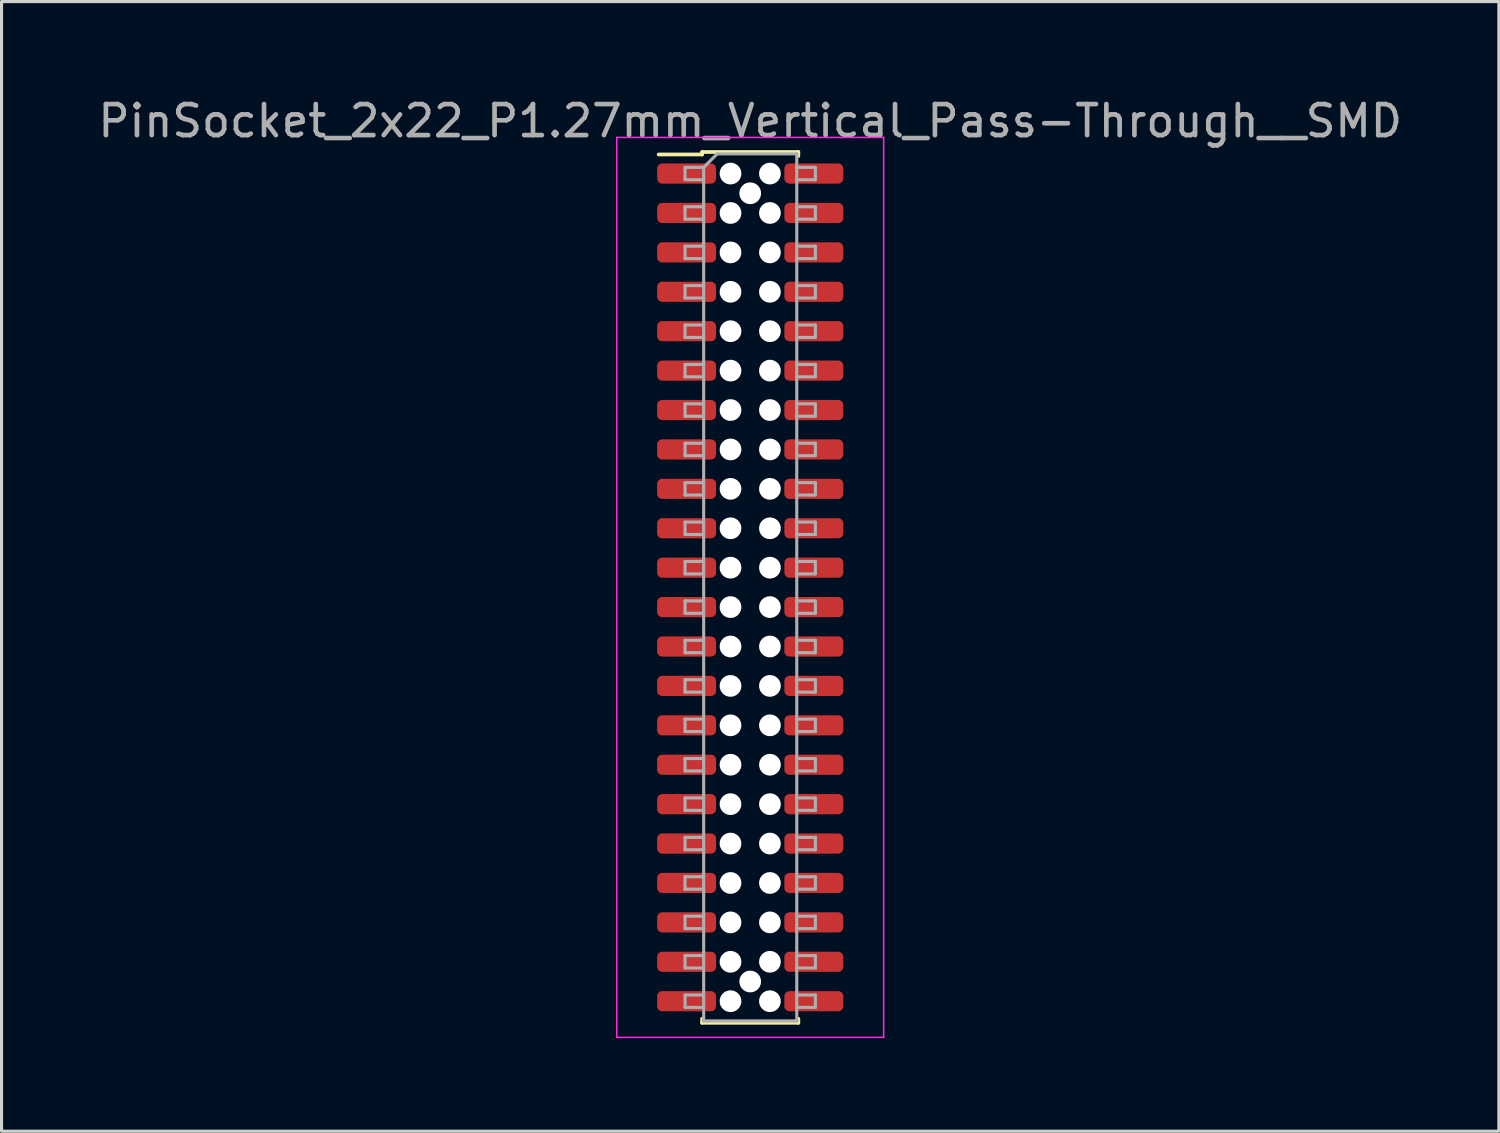
<source format=kicad_pcb>
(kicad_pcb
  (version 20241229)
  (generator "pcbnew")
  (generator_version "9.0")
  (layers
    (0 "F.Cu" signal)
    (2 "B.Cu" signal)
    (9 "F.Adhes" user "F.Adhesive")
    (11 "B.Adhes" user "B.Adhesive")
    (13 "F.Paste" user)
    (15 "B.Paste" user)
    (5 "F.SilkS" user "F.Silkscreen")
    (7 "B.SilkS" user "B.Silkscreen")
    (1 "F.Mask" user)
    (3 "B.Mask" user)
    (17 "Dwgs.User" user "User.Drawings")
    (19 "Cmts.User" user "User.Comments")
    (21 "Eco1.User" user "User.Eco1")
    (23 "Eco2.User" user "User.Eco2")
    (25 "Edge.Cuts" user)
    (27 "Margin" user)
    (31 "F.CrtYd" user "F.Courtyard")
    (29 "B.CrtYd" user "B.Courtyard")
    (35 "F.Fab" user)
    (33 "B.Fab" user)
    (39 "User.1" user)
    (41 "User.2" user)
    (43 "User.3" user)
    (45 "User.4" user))
  (footprint "PinSocket_2x22_P1.27mm_Vertical_Pass-Through__SMD"
    (layer "F.Cu")
    (at 21.125 15.878)
    (property "Reference" "PinSocket_2x22_P1.27mm_Vertical_Pass-Through__SMD" (at 0 -15.03 0) (layer "F.Fab") (effects (font (size 1 1) (thickness 0.15))))
    (attr smd)
    (fp_line (start -2.95 -13.95) (end -1.55 -13.95) (stroke (width 0.12) (type solid)) (layer "F.SilkS"))
    (fp_line (start -1.55 -14.03) (end -1.55 -13.95) (stroke (width 0.12) (type solid)) (layer "F.SilkS"))
    (fp_line (start -1.55 -14.03) (end 1.55 -14.03) (stroke (width 0.12) (type solid)) (layer "F.SilkS"))
    (fp_line (start -1.55 13.9) (end -1.55 14.03) (stroke (width 0.12) (type solid)) (layer "F.SilkS"))
    (fp_line (start -1.55 14.03) (end 1.55 14.03) (stroke (width 0.12) (type solid)) (layer "F.SilkS"))
    (fp_line (start 1.55 -14.03) (end 1.55 -13.9) (stroke (width 0.12) (type solid)) (layer "F.SilkS"))
    (fp_line (start 1.55 13.9) (end 1.55 14.03) (stroke (width 0.12) (type solid)) (layer "F.SilkS"))
    (fp_line (start -4.3 -14.5) (end -4.3 14.5) (stroke (width 0.05) (type solid)) (layer "F.CrtYd"))
    (fp_line (start -4.3 14.5) (end 4.3 14.5) (stroke (width 0.05) (type solid)) (layer "F.CrtYd"))
    (fp_line (start 4.3 -14.5) (end -4.3 -14.5) (stroke (width 0.05) (type solid)) (layer "F.CrtYd"))
    (fp_line (start 4.3 14.5) (end 4.3 -14.5) (stroke (width 0.05) (type solid)) (layer "F.CrtYd"))
    (fp_line (start -2.1 -13.535) (end -2.1 -13.135) (stroke (width 0.1) (type solid)) (layer "F.Fab"))
    (fp_line (start -2.1 -13.135) (end -1.5 -13.135) (stroke (width 0.1) (type solid)) (layer "F.Fab"))
    (fp_line (start -2.1 -12.265) (end -2.1 -11.865) (stroke (width 0.1) (type solid)) (layer "F.Fab"))
    (fp_line (start -2.1 -11.865) (end -1.5 -11.865) (stroke (width 0.1) (type solid)) (layer "F.Fab"))
    (fp_line (start -2.1 -10.995) (end -2.1 -10.595) (stroke (width 0.1) (type solid)) (layer "F.Fab"))
    (fp_line (start -2.1 -10.595) (end -1.5 -10.595) (stroke (width 0.1) (type solid)) (layer "F.Fab"))
    (fp_line (start -2.1 -9.725) (end -2.1 -9.325) (stroke (width 0.1) (type solid)) (layer "F.Fab"))
    (fp_line (start -2.1 -9.325) (end -1.5 -9.325) (stroke (width 0.1) (type solid)) (layer "F.Fab"))
    (fp_line (start -2.1 -8.455) (end -2.1 -8.055) (stroke (width 0.1) (type solid)) (layer "F.Fab"))
    (fp_line (start -2.1 -8.055) (end -1.5 -8.055) (stroke (width 0.1) (type solid)) (layer "F.Fab"))
    (fp_line (start -2.1 -7.185) (end -2.1 -6.785) (stroke (width 0.1) (type solid)) (layer "F.Fab"))
    (fp_line (start -2.1 -6.785) (end -1.5 -6.785) (stroke (width 0.1) (type solid)) (layer "F.Fab"))
    (fp_line (start -2.1 -5.915) (end -2.1 -5.515) (stroke (width 0.1) (type solid)) (layer "F.Fab"))
    (fp_line (start -2.1 -5.515) (end -1.5 -5.515) (stroke (width 0.1) (type solid)) (layer "F.Fab"))
    (fp_line (start -2.1 -4.645) (end -2.1 -4.245) (stroke (width 0.1) (type solid)) (layer "F.Fab"))
    (fp_line (start -2.1 -4.245) (end -1.5 -4.245) (stroke (width 0.1) (type solid)) (layer "F.Fab"))
    (fp_line (start -2.1 -3.375) (end -2.1 -2.975) (stroke (width 0.1) (type solid)) (layer "F.Fab"))
    (fp_line (start -2.1 -2.975) (end -1.5 -2.975) (stroke (width 0.1) (type solid)) (layer "F.Fab"))
    (fp_line (start -2.1 -2.105) (end -2.1 -1.705) (stroke (width 0.1) (type solid)) (layer "F.Fab"))
    (fp_line (start -2.1 -1.705) (end -1.5 -1.705) (stroke (width 0.1) (type solid)) (layer "F.Fab"))
    (fp_line (start -2.1 -0.835) (end -2.1 -0.435) (stroke (width 0.1) (type solid)) (layer "F.Fab"))
    (fp_line (start -2.1 -0.435) (end -1.5 -0.435) (stroke (width 0.1) (type solid)) (layer "F.Fab"))
    (fp_line (start -2.1 0.435) (end -2.1 0.835) (stroke (width 0.1) (type solid)) (layer "F.Fab"))
    (fp_line (start -2.1 0.835) (end -1.5 0.835) (stroke (width 0.1) (type solid)) (layer "F.Fab"))
    (fp_line (start -2.1 1.705) (end -2.1 2.105) (stroke (width 0.1) (type solid)) (layer "F.Fab"))
    (fp_line (start -2.1 2.105) (end -1.5 2.105) (stroke (width 0.1) (type solid)) (layer "F.Fab"))
    (fp_line (start -2.1 2.975) (end -2.1 3.375) (stroke (width 0.1) (type solid)) (layer "F.Fab"))
    (fp_line (start -2.1 3.375) (end -1.5 3.375) (stroke (width 0.1) (type solid)) (layer "F.Fab"))
    (fp_line (start -2.1 4.245) (end -2.1 4.645) (stroke (width 0.1) (type solid)) (layer "F.Fab"))
    (fp_line (start -2.1 4.645) (end -1.5 4.645) (stroke (width 0.1) (type solid)) (layer "F.Fab"))
    (fp_line (start -2.1 5.515) (end -2.1 5.915) (stroke (width 0.1) (type solid)) (layer "F.Fab"))
    (fp_line (start -2.1 5.915) (end -1.5 5.915) (stroke (width 0.1) (type solid)) (layer "F.Fab"))
    (fp_line (start -2.1 6.785) (end -2.1 7.185) (stroke (width 0.1) (type solid)) (layer "F.Fab"))
    (fp_line (start -2.1 7.185) (end -1.5 7.185) (stroke (width 0.1) (type solid)) (layer "F.Fab"))
    (fp_line (start -2.1 8.055) (end -2.1 8.455) (stroke (width 0.1) (type solid)) (layer "F.Fab"))
    (fp_line (start -2.1 8.455) (end -1.5 8.455) (stroke (width 0.1) (type solid)) (layer "F.Fab"))
    (fp_line (start -2.1 9.325) (end -2.1 9.725) (stroke (width 0.1) (type solid)) (layer "F.Fab"))
    (fp_line (start -2.1 9.725) (end -1.5 9.725) (stroke (width 0.1) (type solid)) (layer "F.Fab"))
    (fp_line (start -2.1 10.595) (end -2.1 10.995) (stroke (width 0.1) (type solid)) (layer "F.Fab"))
    (fp_line (start -2.1 10.995) (end -1.5 10.995) (stroke (width 0.1) (type solid)) (layer "F.Fab"))
    (fp_line (start -2.1 11.865) (end -2.1 12.265) (stroke (width 0.1) (type solid)) (layer "F.Fab"))
    (fp_line (start -2.1 12.265) (end -1.5 12.265) (stroke (width 0.1) (type solid)) (layer "F.Fab"))
    (fp_line (start -2.1 13.135) (end -2.1 13.535) (stroke (width 0.1) (type solid)) (layer "F.Fab"))
    (fp_line (start -2.1 13.535) (end -1.5 13.535) (stroke (width 0.1) (type solid)) (layer "F.Fab"))
    (fp_line (start -1.5 -13.535) (end -2.1 -13.535) (stroke (width 0.1) (type solid)) (layer "F.Fab"))
    (fp_line (start -1.5 -13.535) (end -1.065 -13.97) (stroke (width 0.1) (type solid)) (layer "F.Fab"))
    (fp_line (start -1.5 -12.265) (end -2.1 -12.265) (stroke (width 0.1) (type solid)) (layer "F.Fab"))
    (fp_line (start -1.5 -10.995) (end -2.1 -10.995) (stroke (width 0.1) (type solid)) (layer "F.Fab"))
    (fp_line (start -1.5 -9.725) (end -2.1 -9.725) (stroke (width 0.1) (type solid)) (layer "F.Fab"))
    (fp_line (start -1.5 -8.455) (end -2.1 -8.455) (stroke (width 0.1) (type solid)) (layer "F.Fab"))
    (fp_line (start -1.5 -7.185) (end -2.1 -7.185) (stroke (width 0.1) (type solid)) (layer "F.Fab"))
    (fp_line (start -1.5 -5.915) (end -2.1 -5.915) (stroke (width 0.1) (type solid)) (layer "F.Fab"))
    (fp_line (start -1.5 -4.645) (end -2.1 -4.645) (stroke (width 0.1) (type solid)) (layer "F.Fab"))
    (fp_line (start -1.5 -3.375) (end -2.1 -3.375) (stroke (width 0.1) (type solid)) (layer "F.Fab"))
    (fp_line (start -1.5 -2.105) (end -2.1 -2.105) (stroke (width 0.1) (type solid)) (layer "F.Fab"))
    (fp_line (start -1.5 -0.835) (end -2.1 -0.835) (stroke (width 0.1) (type solid)) (layer "F.Fab"))
    (fp_line (start -1.5 0.435) (end -2.1 0.435) (stroke (width 0.1) (type solid)) (layer "F.Fab"))
    (fp_line (start -1.5 1.705) (end -2.1 1.705) (stroke (width 0.1) (type solid)) (layer "F.Fab"))
    (fp_line (start -1.5 2.975) (end -2.1 2.975) (stroke (width 0.1) (type solid)) (layer "F.Fab"))
    (fp_line (start -1.5 4.245) (end -2.1 4.245) (stroke (width 0.1) (type solid)) (layer "F.Fab"))
    (fp_line (start -1.5 5.515) (end -2.1 5.515) (stroke (width 0.1) (type solid)) (layer "F.Fab"))
    (fp_line (start -1.5 6.785) (end -2.1 6.785) (stroke (width 0.1) (type solid)) (layer "F.Fab"))
    (fp_line (start -1.5 8.055) (end -2.1 8.055) (stroke (width 0.1) (type solid)) (layer "F.Fab"))
    (fp_line (start -1.5 9.325) (end -2.1 9.325) (stroke (width 0.1) (type solid)) (layer "F.Fab"))
    (fp_line (start -1.5 10.595) (end -2.1 10.595) (stroke (width 0.1) (type solid)) (layer "F.Fab"))
    (fp_line (start -1.5 11.865) (end -2.1 11.865) (stroke (width 0.1) (type solid)) (layer "F.Fab"))
    (fp_line (start -1.5 13.135) (end -2.1 13.135) (stroke (width 0.1) (type solid)) (layer "F.Fab"))
    (fp_line (start -1.5 13.97) (end -1.5 -13.535) (stroke (width 0.1) (type solid)) (layer "F.Fab"))
    (fp_line (start -1.065 -13.97) (end 1.5 -13.97) (stroke (width 0.1) (type solid)) (layer "F.Fab"))
    (fp_line (start 1.5 -13.97) (end 1.5 13.97) (stroke (width 0.1) (type solid)) (layer "F.Fab"))
    (fp_line (start 1.5 -13.535) (end 2.1 -13.535) (stroke (width 0.1) (type solid)) (layer "F.Fab"))
    (fp_line (start 1.5 -12.265) (end 2.1 -12.265) (stroke (width 0.1) (type solid)) (layer "F.Fab"))
    (fp_line (start 1.5 -10.995) (end 2.1 -10.995) (stroke (width 0.1) (type solid)) (layer "F.Fab"))
    (fp_line (start 1.5 -9.725) (end 2.1 -9.725) (stroke (width 0.1) (type solid)) (layer "F.Fab"))
    (fp_line (start 1.5 -8.455) (end 2.1 -8.455) (stroke (width 0.1) (type solid)) (layer "F.Fab"))
    (fp_line (start 1.5 -7.185) (end 2.1 -7.185) (stroke (width 0.1) (type solid)) (layer "F.Fab"))
    (fp_line (start 1.5 -5.915) (end 2.1 -5.915) (stroke (width 0.1) (type solid)) (layer "F.Fab"))
    (fp_line (start 1.5 -4.645) (end 2.1 -4.645) (stroke (width 0.1) (type solid)) (layer "F.Fab"))
    (fp_line (start 1.5 -3.375) (end 2.1 -3.375) (stroke (width 0.1) (type solid)) (layer "F.Fab"))
    (fp_line (start 1.5 -2.105) (end 2.1 -2.105) (stroke (width 0.1) (type solid)) (layer "F.Fab"))
    (fp_line (start 1.5 -0.835) (end 2.1 -0.835) (stroke (width 0.1) (type solid)) (layer "F.Fab"))
    (fp_line (start 1.5 0.435) (end 2.1 0.435) (stroke (width 0.1) (type solid)) (layer "F.Fab"))
    (fp_line (start 1.5 1.705) (end 2.1 1.705) (stroke (width 0.1) (type solid)) (layer "F.Fab"))
    (fp_line (start 1.5 2.975) (end 2.1 2.975) (stroke (width 0.1) (type solid)) (layer "F.Fab"))
    (fp_line (start 1.5 4.245) (end 2.1 4.245) (stroke (width 0.1) (type solid)) (layer "F.Fab"))
    (fp_line (start 1.5 5.515) (end 2.1 5.515) (stroke (width 0.1) (type solid)) (layer "F.Fab"))
    (fp_line (start 1.5 6.785) (end 2.1 6.785) (stroke (width 0.1) (type solid)) (layer "F.Fab"))
    (fp_line (start 1.5 8.055) (end 2.1 8.055) (stroke (width 0.1) (type solid)) (layer "F.Fab"))
    (fp_line (start 1.5 9.325) (end 2.1 9.325) (stroke (width 0.1) (type solid)) (layer "F.Fab"))
    (fp_line (start 1.5 10.595) (end 2.1 10.595) (stroke (width 0.1) (type solid)) (layer "F.Fab"))
    (fp_line (start 1.5 11.865) (end 2.1 11.865) (stroke (width 0.1) (type solid)) (layer "F.Fab"))
    (fp_line (start 1.5 13.135) (end 2.1 13.135) (stroke (width 0.1) (type solid)) (layer "F.Fab"))
    (fp_line (start 1.5 13.97) (end -1.5 13.97) (stroke (width 0.1) (type solid)) (layer "F.Fab"))
    (fp_line (start 2.1 -13.535) (end 2.1 -13.135) (stroke (width 0.1) (type solid)) (layer "F.Fab"))
    (fp_line (start 2.1 -13.135) (end 1.5 -13.135) (stroke (width 0.1) (type solid)) (layer "F.Fab"))
    (fp_line (start 2.1 -12.265) (end 2.1 -11.865) (stroke (width 0.1) (type solid)) (layer "F.Fab"))
    (fp_line (start 2.1 -11.865) (end 1.5 -11.865) (stroke (width 0.1) (type solid)) (layer "F.Fab"))
    (fp_line (start 2.1 -10.995) (end 2.1 -10.595) (stroke (width 0.1) (type solid)) (layer "F.Fab"))
    (fp_line (start 2.1 -10.595) (end 1.5 -10.595) (stroke (width 0.1) (type solid)) (layer "F.Fab"))
    (fp_line (start 2.1 -9.725) (end 2.1 -9.325) (stroke (width 0.1) (type solid)) (layer "F.Fab"))
    (fp_line (start 2.1 -9.325) (end 1.5 -9.325) (stroke (width 0.1) (type solid)) (layer "F.Fab"))
    (fp_line (start 2.1 -8.455) (end 2.1 -8.055) (stroke (width 0.1) (type solid)) (layer "F.Fab"))
    (fp_line (start 2.1 -8.055) (end 1.5 -8.055) (stroke (width 0.1) (type solid)) (layer "F.Fab"))
    (fp_line (start 2.1 -7.185) (end 2.1 -6.785) (stroke (width 0.1) (type solid)) (layer "F.Fab"))
    (fp_line (start 2.1 -6.785) (end 1.5 -6.785) (stroke (width 0.1) (type solid)) (layer "F.Fab"))
    (fp_line (start 2.1 -5.915) (end 2.1 -5.515) (stroke (width 0.1) (type solid)) (layer "F.Fab"))
    (fp_line (start 2.1 -5.515) (end 1.5 -5.515) (stroke (width 0.1) (type solid)) (layer "F.Fab"))
    (fp_line (start 2.1 -4.645) (end 2.1 -4.245) (stroke (width 0.1) (type solid)) (layer "F.Fab"))
    (fp_line (start 2.1 -4.245) (end 1.5 -4.245) (stroke (width 0.1) (type solid)) (layer "F.Fab"))
    (fp_line (start 2.1 -3.375) (end 2.1 -2.975) (stroke (width 0.1) (type solid)) (layer "F.Fab"))
    (fp_line (start 2.1 -2.975) (end 1.5 -2.975) (stroke (width 0.1) (type solid)) (layer "F.Fab"))
    (fp_line (start 2.1 -2.105) (end 2.1 -1.705) (stroke (width 0.1) (type solid)) (layer "F.Fab"))
    (fp_line (start 2.1 -1.705) (end 1.5 -1.705) (stroke (width 0.1) (type solid)) (layer "F.Fab"))
    (fp_line (start 2.1 -0.835) (end 2.1 -0.435) (stroke (width 0.1) (type solid)) (layer "F.Fab"))
    (fp_line (start 2.1 -0.435) (end 1.5 -0.435) (stroke (width 0.1) (type solid)) (layer "F.Fab"))
    (fp_line (start 2.1 0.435) (end 2.1 0.835) (stroke (width 0.1) (type solid)) (layer "F.Fab"))
    (fp_line (start 2.1 0.835) (end 1.5 0.835) (stroke (width 0.1) (type solid)) (layer "F.Fab"))
    (fp_line (start 2.1 1.705) (end 2.1 2.105) (stroke (width 0.1) (type solid)) (layer "F.Fab"))
    (fp_line (start 2.1 2.105) (end 1.5 2.105) (stroke (width 0.1) (type solid)) (layer "F.Fab"))
    (fp_line (start 2.1 2.975) (end 2.1 3.375) (stroke (width 0.1) (type solid)) (layer "F.Fab"))
    (fp_line (start 2.1 3.375) (end 1.5 3.375) (stroke (width 0.1) (type solid)) (layer "F.Fab"))
    (fp_line (start 2.1 4.245) (end 2.1 4.645) (stroke (width 0.1) (type solid)) (layer "F.Fab"))
    (fp_line (start 2.1 4.645) (end 1.5 4.645) (stroke (width 0.1) (type solid)) (layer "F.Fab"))
    (fp_line (start 2.1 5.515) (end 2.1 5.915) (stroke (width 0.1) (type solid)) (layer "F.Fab"))
    (fp_line (start 2.1 5.915) (end 1.5 5.915) (stroke (width 0.1) (type solid)) (layer "F.Fab"))
    (fp_line (start 2.1 6.785) (end 2.1 7.185) (stroke (width 0.1) (type solid)) (layer "F.Fab"))
    (fp_line (start 2.1 7.185) (end 1.5 7.185) (stroke (width 0.1) (type solid)) (layer "F.Fab"))
    (fp_line (start 2.1 8.055) (end 2.1 8.455) (stroke (width 0.1) (type solid)) (layer "F.Fab"))
    (fp_line (start 2.1 8.455) (end 1.5 8.455) (stroke (width 0.1) (type solid)) (layer "F.Fab"))
    (fp_line (start 2.1 9.325) (end 2.1 9.725) (stroke (width 0.1) (type solid)) (layer "F.Fab"))
    (fp_line (start 2.1 9.725) (end 1.5 9.725) (stroke (width 0.1) (type solid)) (layer "F.Fab"))
    (fp_line (start 2.1 10.595) (end 2.1 10.995) (stroke (width 0.1) (type solid)) (layer "F.Fab"))
    (fp_line (start 2.1 10.995) (end 1.5 10.995) (stroke (width 0.1) (type solid)) (layer "F.Fab"))
    (fp_line (start 2.1 11.865) (end 2.1 12.265) (stroke (width 0.1) (type solid)) (layer "F.Fab"))
    (fp_line (start 2.1 12.265) (end 1.5 12.265) (stroke (width 0.1) (type solid)) (layer "F.Fab"))
    (fp_line (start 2.1 13.135) (end 2.1 13.535) (stroke (width 0.1) (type solid)) (layer "F.Fab"))
    (fp_line (start 2.1 13.535) (end 1.5 13.535) (stroke (width 0.1) (type solid)) (layer "F.Fab"))
    (pad "" np_thru_hole circle (at -0.635 -13.335) (size 0.7 0.7) (drill 0.7) (layers "*.Cu" "*.Mask"))
    (pad "" np_thru_hole circle (at -0.635 -12.065) (size 0.7 0.7) (drill 0.7) (layers "*.Cu" "*.Mask"))
    (pad "" np_thru_hole circle (at -0.635 -10.795) (size 0.7 0.7) (drill 0.7) (layers "*.Cu" "*.Mask"))
    (pad "" np_thru_hole circle (at -0.635 -9.525) (size 0.7 0.7) (drill 0.7) (layers "*.Cu" "*.Mask"))
    (pad "" np_thru_hole circle (at -0.635 -8.255) (size 0.7 0.7) (drill 0.7) (layers "*.Cu" "*.Mask"))
    (pad "" np_thru_hole circle (at -0.635 -6.985) (size 0.7 0.7) (drill 0.7) (layers "*.Cu" "*.Mask"))
    (pad "" np_thru_hole circle (at -0.635 -5.715) (size 0.7 0.7) (drill 0.7) (layers "*.Cu" "*.Mask"))
    (pad "" np_thru_hole circle (at -0.635 -4.445) (size 0.7 0.7) (drill 0.7) (layers "*.Cu" "*.Mask"))
    (pad "" np_thru_hole circle (at -0.635 -3.175) (size 0.7 0.7) (drill 0.7) (layers "*.Cu" "*.Mask"))
    (pad "" np_thru_hole circle (at -0.635 -1.905) (size 0.7 0.7) (drill 0.7) (layers "*.Cu" "*.Mask"))
    (pad "" np_thru_hole circle (at -0.635 -0.635) (size 0.7 0.7) (drill 0.7) (layers "*.Cu" "*.Mask"))
    (pad "" np_thru_hole circle (at -0.635 0.635) (size 0.7 0.7) (drill 0.7) (layers "*.Cu" "*.Mask"))
    (pad "" np_thru_hole circle (at -0.635 1.905) (size 0.7 0.7) (drill 0.7) (layers "*.Cu" "*.Mask"))
    (pad "" np_thru_hole circle (at -0.635 3.175) (size 0.7 0.7) (drill 0.7) (layers "*.Cu" "*.Mask"))
    (pad "" np_thru_hole circle (at -0.635 4.445) (size 0.7 0.7) (drill 0.7) (layers "*.Cu" "*.Mask"))
    (pad "" np_thru_hole circle (at -0.635 5.715) (size 0.7 0.7) (drill 0.7) (layers "*.Cu" "*.Mask"))
    (pad "" np_thru_hole circle (at -0.635 6.985) (size 0.7 0.7) (drill 0.7) (layers "*.Cu" "*.Mask"))
    (pad "" np_thru_hole circle (at -0.635 8.255) (size 0.7 0.7) (drill 0.7) (layers "*.Cu" "*.Mask"))
    (pad "" np_thru_hole circle (at -0.635 9.525) (size 0.7 0.7) (drill 0.7) (layers "*.Cu" "*.Mask"))
    (pad "" np_thru_hole circle (at -0.635 10.795) (size 0.7 0.7) (drill 0.7) (layers "*.Cu" "*.Mask"))
    (pad "" np_thru_hole circle (at -0.635 12.065) (size 0.7 0.7) (drill 0.7) (layers "*.Cu" "*.Mask"))
    (pad "" np_thru_hole circle (at -0.635 13.335) (size 0.7 0.7) (drill 0.7) (layers "*.Cu" "*.Mask"))
    (pad "" np_thru_hole circle (at 0 -12.7) (size 0.7 0.7) (drill 0.7) (layers "*.Cu" "*.Mask"))
    (pad "" np_thru_hole circle (at 0 12.7) (size 0.7 0.7) (drill 0.7) (layers "*.Cu" "*.Mask"))
    (pad "" np_thru_hole circle (at 0.635 -13.335) (size 0.7 0.7) (drill 0.7) (layers "*.Cu" "*.Mask"))
    (pad "" np_thru_hole circle (at 0.635 -12.065) (size 0.7 0.7) (drill 0.7) (layers "*.Cu" "*.Mask"))
    (pad "" np_thru_hole circle (at 0.635 -10.795) (size 0.7 0.7) (drill 0.7) (layers "*.Cu" "*.Mask"))
    (pad "" np_thru_hole circle (at 0.635 -9.525) (size 0.7 0.7) (drill 0.7) (layers "*.Cu" "*.Mask"))
    (pad "" np_thru_hole circle (at 0.635 -8.255) (size 0.7 0.7) (drill 0.7) (layers "*.Cu" "*.Mask"))
    (pad "" np_thru_hole circle (at 0.635 -6.985) (size 0.7 0.7) (drill 0.7) (layers "*.Cu" "*.Mask"))
    (pad "" np_thru_hole circle (at 0.635 -5.715) (size 0.7 0.7) (drill 0.7) (layers "*.Cu" "*.Mask"))
    (pad "" np_thru_hole circle (at 0.635 -4.445) (size 0.7 0.7) (drill 0.7) (layers "*.Cu" "*.Mask"))
    (pad "" np_thru_hole circle (at 0.635 -3.175) (size 0.7 0.7) (drill 0.7) (layers "*.Cu" "*.Mask"))
    (pad "" np_thru_hole circle (at 0.635 -1.905) (size 0.7 0.7) (drill 0.7) (layers "*.Cu" "*.Mask"))
    (pad "" np_thru_hole circle (at 0.635 -0.635) (size 0.7 0.7) (drill 0.7) (layers "*.Cu" "*.Mask"))
    (pad "" np_thru_hole circle (at 0.635 0.635) (size 0.7 0.7) (drill 0.7) (layers "*.Cu" "*.Mask"))
    (pad "" np_thru_hole circle (at 0.635 1.905) (size 0.7 0.7) (drill 0.7) (layers "*.Cu" "*.Mask"))
    (pad "" np_thru_hole circle (at 0.635 3.175) (size 0.7 0.7) (drill 0.7) (layers "*.Cu" "*.Mask"))
    (pad "" np_thru_hole circle (at 0.635 4.445) (size 0.7 0.7) (drill 0.7) (layers "*.Cu" "*.Mask"))
    (pad "" np_thru_hole circle (at 0.635 5.715) (size 0.7 0.7) (drill 0.7) (layers "*.Cu" "*.Mask"))
    (pad "" np_thru_hole circle (at 0.635 6.985) (size 0.7 0.7) (drill 0.7) (layers "*.Cu" "*.Mask"))
    (pad "" np_thru_hole circle (at 0.635 8.255) (size 0.7 0.7) (drill 0.7) (layers "*.Cu" "*.Mask"))
    (pad "" np_thru_hole circle (at 0.635 9.525) (size 0.7 0.7) (drill 0.7) (layers "*.Cu" "*.Mask"))
    (pad "" np_thru_hole circle (at 0.635 10.795) (size 0.7 0.7) (drill 0.7) (layers "*.Cu" "*.Mask"))
    (pad "" np_thru_hole circle (at 0.635 12.065) (size 0.7 0.7) (drill 0.7) (layers "*.Cu" "*.Mask"))
    (pad "" np_thru_hole circle (at 0.635 13.335) (size 0.7 0.7) (drill 0.7) (layers "*.Cu" "*.Mask"))
    (pad "1" smd roundrect (at -2.05 -13.335) (size 1.9 0.65) (layers "F.Cu" "F.Mask" "F.Paste") (roundrect_rratio 0.25))
    (pad "2" smd roundrect (at 2.05 -13.335) (size 1.9 0.65) (layers "F.Cu" "F.Mask" "F.Paste") (roundrect_rratio 0.25))
    (pad "3" smd roundrect (at -2.05 -12.065) (size 1.9 0.65) (layers "F.Cu" "F.Mask" "F.Paste") (roundrect_rratio 0.25))
    (pad "4" smd roundrect (at 2.05 -12.065) (size 1.9 0.65) (layers "F.Cu" "F.Mask" "F.Paste") (roundrect_rratio 0.25))
    (pad "5" smd roundrect (at -2.05 -10.795) (size 1.9 0.65) (layers "F.Cu" "F.Mask" "F.Paste") (roundrect_rratio 0.25))
    (pad "6" smd roundrect (at 2.05 -10.795) (size 1.9 0.65) (layers "F.Cu" "F.Mask" "F.Paste") (roundrect_rratio 0.25))
    (pad "7" smd roundrect (at -2.05 -9.525) (size 1.9 0.65) (layers "F.Cu" "F.Mask" "F.Paste") (roundrect_rratio 0.25))
    (pad "8" smd roundrect (at 2.05 -9.525) (size 1.9 0.65) (layers "F.Cu" "F.Mask" "F.Paste") (roundrect_rratio 0.25))
    (pad "9" smd roundrect (at -2.05 -8.255) (size 1.9 0.65) (layers "F.Cu" "F.Mask" "F.Paste") (roundrect_rratio 0.25))
    (pad "10" smd roundrect (at 2.05 -8.255) (size 1.9 0.65) (layers "F.Cu" "F.Mask" "F.Paste") (roundrect_rratio 0.25))
    (pad "11" smd roundrect (at -2.05 -6.985) (size 1.9 0.65) (layers "F.Cu" "F.Mask" "F.Paste") (roundrect_rratio 0.25))
    (pad "12" smd roundrect (at 2.05 -6.985) (size 1.9 0.65) (layers "F.Cu" "F.Mask" "F.Paste") (roundrect_rratio 0.25))
    (pad "13" smd roundrect (at -2.05 -5.715) (size 1.9 0.65) (layers "F.Cu" "F.Mask" "F.Paste") (roundrect_rratio 0.25))
    (pad "14" smd roundrect (at 2.05 -5.715) (size 1.9 0.65) (layers "F.Cu" "F.Mask" "F.Paste") (roundrect_rratio 0.25))
    (pad "15" smd roundrect (at -2.05 -4.445) (size 1.9 0.65) (layers "F.Cu" "F.Mask" "F.Paste") (roundrect_rratio 0.25))
    (pad "16" smd roundrect (at 2.05 -4.445) (size 1.9 0.65) (layers "F.Cu" "F.Mask" "F.Paste") (roundrect_rratio 0.25))
    (pad "17" smd roundrect (at -2.05 -3.175) (size 1.9 0.65) (layers "F.Cu" "F.Mask" "F.Paste") (roundrect_rratio 0.25))
    (pad "18" smd roundrect (at 2.05 -3.175) (size 1.9 0.65) (layers "F.Cu" "F.Mask" "F.Paste") (roundrect_rratio 0.25))
    (pad "19" smd roundrect (at -2.05 -1.905) (size 1.9 0.65) (layers "F.Cu" "F.Mask" "F.Paste") (roundrect_rratio 0.25))
    (pad "20" smd roundrect (at 2.05 -1.905) (size 1.9 0.65) (layers "F.Cu" "F.Mask" "F.Paste") (roundrect_rratio 0.25))
    (pad "21" smd roundrect (at -2.05 -0.635) (size 1.9 0.65) (layers "F.Cu" "F.Mask" "F.Paste") (roundrect_rratio 0.25))
    (pad "22" smd roundrect (at 2.05 -0.635) (size 1.9 0.65) (layers "F.Cu" "F.Mask" "F.Paste") (roundrect_rratio 0.25))
    (pad "23" smd roundrect (at -2.05 0.635) (size 1.9 0.65) (layers "F.Cu" "F.Mask" "F.Paste") (roundrect_rratio 0.25))
    (pad "24" smd roundrect (at 2.05 0.635) (size 1.9 0.65) (layers "F.Cu" "F.Mask" "F.Paste") (roundrect_rratio 0.25))
    (pad "25" smd roundrect (at -2.05 1.905) (size 1.9 0.65) (layers "F.Cu" "F.Mask" "F.Paste") (roundrect_rratio 0.25))
    (pad "26" smd roundrect (at 2.05 1.905) (size 1.9 0.65) (layers "F.Cu" "F.Mask" "F.Paste") (roundrect_rratio 0.25))
    (pad "27" smd roundrect (at -2.05 3.175) (size 1.9 0.65) (layers "F.Cu" "F.Mask" "F.Paste") (roundrect_rratio 0.25))
    (pad "28" smd roundrect (at 2.05 3.175) (size 1.9 0.65) (layers "F.Cu" "F.Mask" "F.Paste") (roundrect_rratio 0.25))
    (pad "29" smd roundrect (at -2.05 4.445) (size 1.9 0.65) (layers "F.Cu" "F.Mask" "F.Paste") (roundrect_rratio 0.25))
    (pad "30" smd roundrect (at 2.05 4.445) (size 1.9 0.65) (layers "F.Cu" "F.Mask" "F.Paste") (roundrect_rratio 0.25))
    (pad "31" smd roundrect (at -2.05 5.715) (size 1.9 0.65) (layers "F.Cu" "F.Mask" "F.Paste") (roundrect_rratio 0.25))
    (pad "32" smd roundrect (at 2.05 5.715) (size 1.9 0.65) (layers "F.Cu" "F.Mask" "F.Paste") (roundrect_rratio 0.25))
    (pad "33" smd roundrect (at -2.05 6.985) (size 1.9 0.65) (layers "F.Cu" "F.Mask" "F.Paste") (roundrect_rratio 0.25))
    (pad "34" smd roundrect (at 2.05 6.985) (size 1.9 0.65) (layers "F.Cu" "F.Mask" "F.Paste") (roundrect_rratio 0.25))
    (pad "35" smd roundrect (at -2.05 8.255) (size 1.9 0.65) (layers "F.Cu" "F.Mask" "F.Paste") (roundrect_rratio 0.25))
    (pad "36" smd roundrect (at 2.05 8.255) (size 1.9 0.65) (layers "F.Cu" "F.Mask" "F.Paste") (roundrect_rratio 0.25))
    (pad "37" smd roundrect (at -2.05 9.525) (size 1.9 0.65) (layers "F.Cu" "F.Mask" "F.Paste") (roundrect_rratio 0.25))
    (pad "38" smd roundrect (at 2.05 9.525) (size 1.9 0.65) (layers "F.Cu" "F.Mask" "F.Paste") (roundrect_rratio 0.25))
    (pad "39" smd roundrect (at -2.05 10.795) (size 1.9 0.65) (layers "F.Cu" "F.Mask" "F.Paste") (roundrect_rratio 0.25))
    (pad "40" smd roundrect (at 2.05 10.795) (size 1.9 0.65) (layers "F.Cu" "F.Mask" "F.Paste") (roundrect_rratio 0.25))
    (pad "41" smd roundrect (at -2.05 12.065) (size 1.9 0.65) (layers "F.Cu" "F.Mask" "F.Paste") (roundrect_rratio 0.25))
    (pad "42" smd roundrect (at 2.05 12.065) (size 1.9 0.65) (layers "F.Cu" "F.Mask" "F.Paste") (roundrect_rratio 0.25))
    (pad "43" smd roundrect (at -2.05 13.335) (size 1.9 0.65) (layers "F.Cu" "F.Mask" "F.Paste") (roundrect_rratio 0.25))
    (pad "44" smd roundrect (at 2.05 13.335) (size 1.9 0.65) (layers "F.Cu" "F.Mask" "F.Paste") (roundrect_rratio 0.25)))
  (gr_rect
    (start -3 -3)
    (end 45.25 33.403)
    (stroke (width 0.1) (type default))
    (fill no)
    (layer "Edge.Cuts")))
</source>
